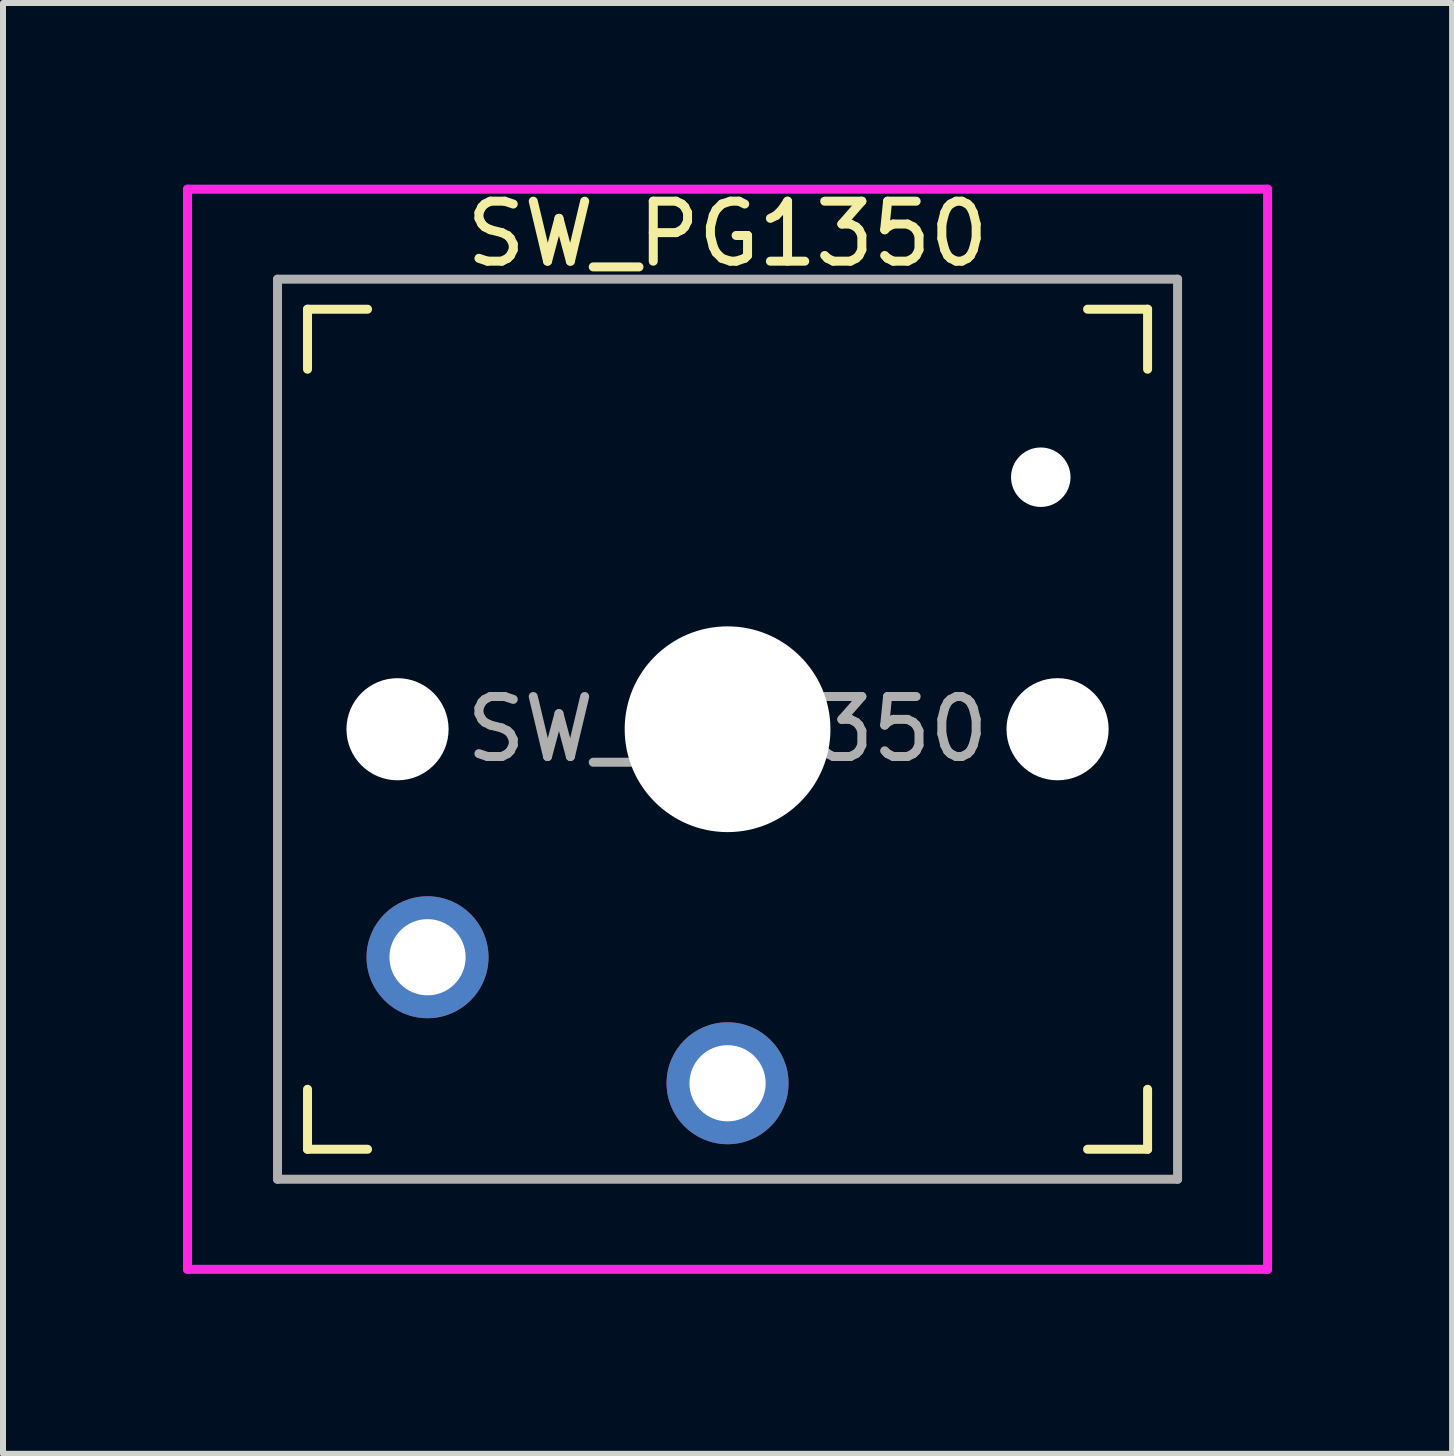
<source format=kicad_pcb>
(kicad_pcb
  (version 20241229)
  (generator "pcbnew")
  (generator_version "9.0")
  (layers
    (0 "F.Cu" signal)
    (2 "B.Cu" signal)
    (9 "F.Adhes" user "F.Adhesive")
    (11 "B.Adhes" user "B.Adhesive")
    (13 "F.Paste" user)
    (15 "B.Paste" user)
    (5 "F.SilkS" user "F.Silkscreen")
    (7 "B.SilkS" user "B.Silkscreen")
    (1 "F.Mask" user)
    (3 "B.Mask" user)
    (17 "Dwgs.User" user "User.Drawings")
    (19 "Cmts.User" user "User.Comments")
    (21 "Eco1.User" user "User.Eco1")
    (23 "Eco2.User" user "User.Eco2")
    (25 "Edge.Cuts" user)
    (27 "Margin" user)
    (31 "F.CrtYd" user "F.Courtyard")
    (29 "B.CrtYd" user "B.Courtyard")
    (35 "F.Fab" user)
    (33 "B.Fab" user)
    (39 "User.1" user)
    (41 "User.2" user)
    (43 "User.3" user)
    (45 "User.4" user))
  (footprint "SW_PG1350"
    (layer "F.Cu")
    (at 9.075 9.103)
    (property "Reference" "SW_PG1350" (at 0 -8.255 0) (layer "F.SilkS") (effects (font (size 1 1) (thickness 0.15))))
    (attr through_hole)
    (fp_line (start -7 -6) (end -7 -7) (stroke (width 0.15) (type solid)) (layer "F.SilkS"))
    (fp_line (start -7 7) (end -7 6) (stroke (width 0.15) (type solid)) (layer "F.SilkS"))
    (fp_line (start -7 7) (end -6 7) (stroke (width 0.15) (type solid)) (layer "F.SilkS"))
    (fp_line (start -6 -7) (end -7 -7) (stroke (width 0.15) (type solid)) (layer "F.SilkS"))
    (fp_line (start 6 7) (end 7 7) (stroke (width 0.15) (type solid)) (layer "F.SilkS"))
    (fp_line (start 7 -7) (end 6 -7) (stroke (width 0.15) (type solid)) (layer "F.SilkS"))
    (fp_line (start 7 -7) (end 7 -6) (stroke (width 0.15) (type solid)) (layer "F.SilkS"))
    (fp_line (start 7 6) (end 7 7) (stroke (width 0.15) (type solid)) (layer "F.SilkS"))
    (fp_line (start -6.9 6.9) (end -6.9 -6.9) (stroke (width 0.15) (type solid)) (layer "Eco2.User"))
    (fp_line (start -6.9 6.9) (end 6.9 6.9) (stroke (width 0.15) (type solid)) (layer "Eco2.User"))
    (fp_line (start -2.6 -3.1) (end -2.6 -6.3) (stroke (width 0.15) (type solid)) (layer "Eco2.User"))
    (fp_line (start -2.6 -3.1) (end 2.6 -3.1) (stroke (width 0.15) (type solid)) (layer "Eco2.User"))
    (fp_line (start 2.6 -6.3) (end -2.6 -6.3) (stroke (width 0.15) (type solid)) (layer "Eco2.User"))
    (fp_line (start 2.6 -3.1) (end 2.6 -6.3) (stroke (width 0.15) (type solid)) (layer "Eco2.User"))
    (fp_line (start 6.9 -6.9) (end -6.9 -6.9) (stroke (width 0.15) (type solid)) (layer "Eco2.User"))
    (fp_line (start 6.9 -6.9) (end 6.9 6.9) (stroke (width 0.15) (type solid)) (layer "Eco2.User"))
    (fp_line (start -9 9) (end -9 -9) (stroke (width 0.15) (type solid)) (layer "F.CrtYd"))
    (fp_line (start 9 -9) (end -9 -9) (stroke (width 0.15) (type solid)) (layer "F.CrtYd"))
    (fp_line (start 9 -9) (end 9 9) (stroke (width 0.15) (type solid)) (layer "F.CrtYd"))
    (fp_line (start 9 9) (end -9 9) (stroke (width 0.15) (type solid)) (layer "F.CrtYd"))
    (fp_line (start -7.5 -7.5) (end 7.5 -7.5) (stroke (width 0.15) (type solid)) (layer "F.Fab"))
    (fp_line (start -7.5 7.5) (end -7.5 -7.5) (stroke (width 0.15) (type solid)) (layer "F.Fab"))
    (fp_line (start 7.5 -7.5) (end 7.5 7.5) (stroke (width 0.15) (type solid)) (layer "F.Fab"))
    (fp_line (start 7.5 7.5) (end -7.5 7.5) (stroke (width 0.15) (type solid)) (layer "F.Fab"))
    (fp_text user "${REFERENCE}" (at 0 0 0) (layer "F.Fab") (effects (font (size 1 1) (thickness 0.15))))
    (pad "" np_thru_hole circle (at -5.5 0) (size 1.702 1.702) (drill 1.702) (layers "*.Cu" "*.Mask"))
    (pad "" np_thru_hole circle (at 0 0) (size 3.429 3.429) (drill 3.429) (layers "*.Cu" "*.Mask"))
    (pad "" np_thru_hole circle (at 5.22 -4.2) (size 0.991 0.991) (drill 0.991) (layers "*.Cu" "*.Mask"))
    (pad "" np_thru_hole circle (at 5.5 0) (size 1.702 1.702) (drill 1.702) (layers "*.Cu" "*.Mask"))
    (pad "1" thru_hole circle (at 0 5.9) (size 2.032 2.032) (drill 1.27) (layers "*.Cu" "*.Mask"))
    (pad "2" thru_hole circle (at -5 3.8) (size 2.032 2.032) (drill 1.27) (layers "*.Cu" "*.Mask")))
  (gr_rect
    (start -3 -3)
    (end 21.15 21.178)
    (stroke (width 0.1) (type default))
    (fill no)
    (layer "Edge.Cuts")))
</source>
